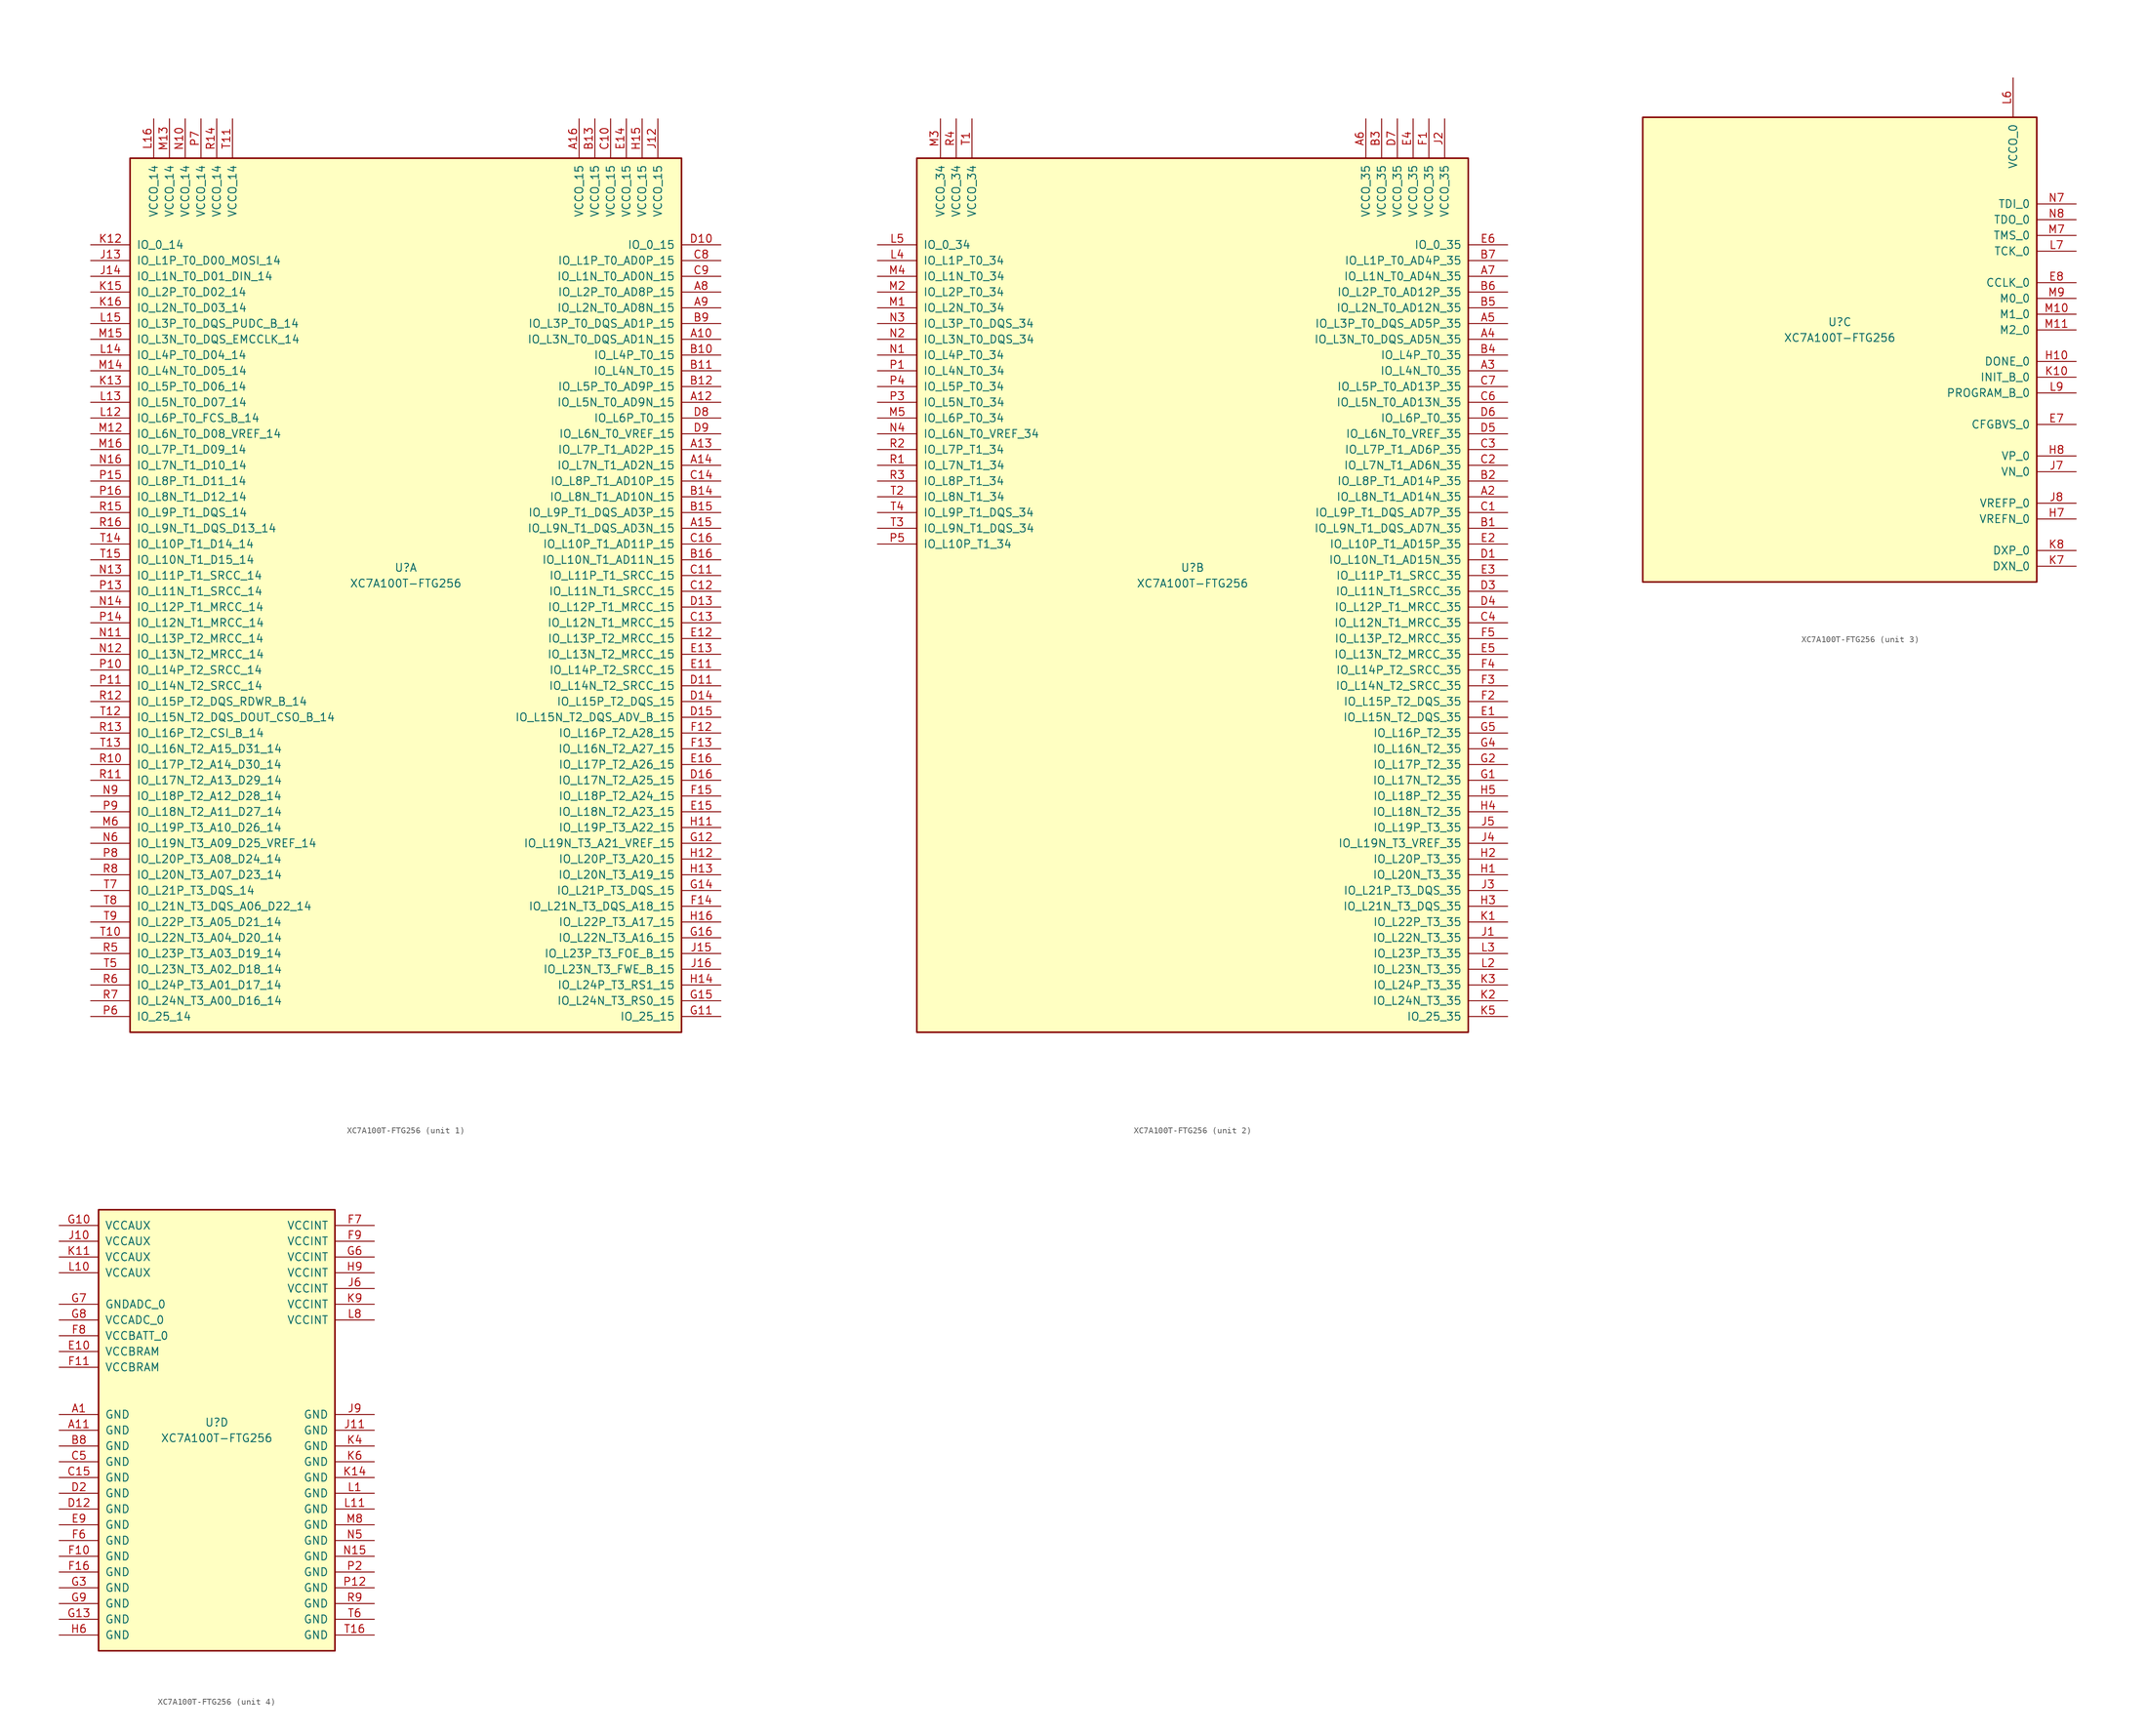
<source format=kicad_sym>
(kicad_symbol_lib
  (version 20231120)
  (generator "kicad_symbol_editor")
  (generator_version "8.0")
  (symbol "XC7A100T-FTG256"
    (pin_names
      (offset 1.016))
    (property "Reference" "U"
      (at 0 1.27 0)
      (effects (font (size 1.27 1.27))))
    (property "Value" "XC7A100T-FTG256"
      (at 0 -1.27 0)
      (effects (font (size 1.27 1.27))))
    (property "Datasheet" ""
      (at 0 0 0)
      (effects (font (size 1.27 1.27))))
    (property "ki_locked" ""
      (at 0 0 0)
      (effects (font (size 1.27 1.27))))
    (symbol "XC7A100T-FTG256_1_1"
      (rectangle (start -44.45 67.31) (end 44.45 -73.66) (stroke (width 0.254) (type default)) (fill (type background)))
      (pin bidirectional line (at 50.8 38.1 180) (length 6.35) (name "IO_L3N_T0_DQS_AD1N_15" (effects (font (size 1.27 1.27)))) (number "A10" (effects (font (size 1.27 1.27)))))
      (pin bidirectional line (at 50.8 27.94 180) (length 6.35) (name "IO_L5N_T0_AD9N_15" (effects (font (size 1.27 1.27)))) (number "A12" (effects (font (size 1.27 1.27)))))
      (pin bidirectional line (at 50.8 20.32 180) (length 6.35) (name "IO_L7P_T1_AD2P_15" (effects (font (size 1.27 1.27)))) (number "A13" (effects (font (size 1.27 1.27)))))
      (pin bidirectional line (at 50.8 17.78 180) (length 6.35) (name "IO_L7N_T1_AD2N_15" (effects (font (size 1.27 1.27)))) (number "A14" (effects (font (size 1.27 1.27)))))
      (pin bidirectional line (at 50.8 7.62 180) (length 6.35) (name "IO_L9N_T1_DQS_AD3N_15" (effects (font (size 1.27 1.27)))) (number "A15" (effects (font (size 1.27 1.27)))))
      (pin power_in line (at 27.94 73.66 270) (length 6.35) (name "VCCO_15" (effects (font (size 1.27 1.27)))) (number "A16" (effects (font (size 1.27 1.27)))))
      (pin bidirectional line (at 50.8 45.72 180) (length 6.35) (name "IO_L2P_T0_AD8P_15" (effects (font (size 1.27 1.27)))) (number "A8" (effects (font (size 1.27 1.27)))))
      (pin bidirectional line (at 50.8 43.18 180) (length 6.35) (name "IO_L2N_T0_AD8N_15" (effects (font (size 1.27 1.27)))) (number "A9" (effects (font (size 1.27 1.27)))))
      (pin bidirectional line (at 50.8 35.56 180) (length 6.35) (name "IO_L4P_T0_15" (effects (font (size 1.27 1.27)))) (number "B10" (effects (font (size 1.27 1.27)))))
      (pin bidirectional line (at 50.8 33.02 180) (length 6.35) (name "IO_L4N_T0_15" (effects (font (size 1.27 1.27)))) (number "B11" (effects (font (size 1.27 1.27)))))
      (pin bidirectional line (at 50.8 30.48 180) (length 6.35) (name "IO_L5P_T0_AD9P_15" (effects (font (size 1.27 1.27)))) (number "B12" (effects (font (size 1.27 1.27)))))
      (pin power_in line (at 30.48 73.66 270) (length 6.35) (name "VCCO_15" (effects (font (size 1.27 1.27)))) (number "B13" (effects (font (size 1.27 1.27)))))
      (pin bidirectional line (at 50.8 12.7 180) (length 6.35) (name "IO_L8N_T1_AD10N_15" (effects (font (size 1.27 1.27)))) (number "B14" (effects (font (size 1.27 1.27)))))
      (pin bidirectional line (at 50.8 10.16 180) (length 6.35) (name "IO_L9P_T1_DQS_AD3P_15" (effects (font (size 1.27 1.27)))) (number "B15" (effects (font (size 1.27 1.27)))))
      (pin bidirectional line (at 50.8 2.54 180) (length 6.35) (name "IO_L10N_T1_AD11N_15" (effects (font (size 1.27 1.27)))) (number "B16" (effects (font (size 1.27 1.27)))))
      (pin bidirectional line (at 50.8 40.64 180) (length 6.35) (name "IO_L3P_T0_DQS_AD1P_15" (effects (font (size 1.27 1.27)))) (number "B9" (effects (font (size 1.27 1.27)))))
      (pin power_in line (at 33.02 73.66 270) (length 6.35) (name "VCCO_15" (effects (font (size 1.27 1.27)))) (number "C10" (effects (font (size 1.27 1.27)))))
      (pin bidirectional line (at 50.8 0 180) (length 6.35) (name "IO_L11P_T1_SRCC_15" (effects (font (size 1.27 1.27)))) (number "C11" (effects (font (size 1.27 1.27)))))
      (pin bidirectional line (at 50.8 -2.54 180) (length 6.35) (name "IO_L11N_T1_SRCC_15" (effects (font (size 1.27 1.27)))) (number "C12" (effects (font (size 1.27 1.27)))))
      (pin bidirectional line (at 50.8 -7.62 180) (length 6.35) (name "IO_L12N_T1_MRCC_15" (effects (font (size 1.27 1.27)))) (number "C13" (effects (font (size 1.27 1.27)))))
      (pin bidirectional line (at 50.8 15.24 180) (length 6.35) (name "IO_L8P_T1_AD10P_15" (effects (font (size 1.27 1.27)))) (number "C14" (effects (font (size 1.27 1.27)))))
      (pin bidirectional line (at 50.8 5.08 180) (length 6.35) (name "IO_L10P_T1_AD11P_15" (effects (font (size 1.27 1.27)))) (number "C16" (effects (font (size 1.27 1.27)))))
      (pin bidirectional line (at 50.8 50.8 180) (length 6.35) (name "IO_L1P_T0_AD0P_15" (effects (font (size 1.27 1.27)))) (number "C8" (effects (font (size 1.27 1.27)))))
      (pin bidirectional line (at 50.8 48.26 180) (length 6.35) (name "IO_L1N_T0_AD0N_15" (effects (font (size 1.27 1.27)))) (number "C9" (effects (font (size 1.27 1.27)))))
      (pin bidirectional line (at 50.8 53.34 180) (length 6.35) (name "IO_0_15" (effects (font (size 1.27 1.27)))) (number "D10" (effects (font (size 1.27 1.27)))))
      (pin bidirectional line (at 50.8 -17.78 180) (length 6.35) (name "IO_L14N_T2_SRCC_15" (effects (font (size 1.27 1.27)))) (number "D11" (effects (font (size 1.27 1.27)))))
      (pin bidirectional line (at 50.8 -5.08 180) (length 6.35) (name "IO_L12P_T1_MRCC_15" (effects (font (size 1.27 1.27)))) (number "D13" (effects (font (size 1.27 1.27)))))
      (pin bidirectional line (at 50.8 -20.32 180) (length 6.35) (name "IO_L15P_T2_DQS_15" (effects (font (size 1.27 1.27)))) (number "D14" (effects (font (size 1.27 1.27)))))
      (pin bidirectional line (at 50.8 -22.86 180) (length 6.35) (name "IO_L15N_T2_DQS_ADV_B_15" (effects (font (size 1.27 1.27)))) (number "D15" (effects (font (size 1.27 1.27)))))
      (pin bidirectional line (at 50.8 -33.02 180) (length 6.35) (name "IO_L17N_T2_A25_15" (effects (font (size 1.27 1.27)))) (number "D16" (effects (font (size 1.27 1.27)))))
      (pin bidirectional line (at 50.8 25.4 180) (length 6.35) (name "IO_L6P_T0_15" (effects (font (size 1.27 1.27)))) (number "D8" (effects (font (size 1.27 1.27)))))
      (pin bidirectional line (at 50.8 22.86 180) (length 6.35) (name "IO_L6N_T0_VREF_15" (effects (font (size 1.27 1.27)))) (number "D9" (effects (font (size 1.27 1.27)))))
      (pin bidirectional line (at 50.8 -15.24 180) (length 6.35) (name "IO_L14P_T2_SRCC_15" (effects (font (size 1.27 1.27)))) (number "E11" (effects (font (size 1.27 1.27)))))
      (pin bidirectional line (at 50.8 -10.16 180) (length 6.35) (name "IO_L13P_T2_MRCC_15" (effects (font (size 1.27 1.27)))) (number "E12" (effects (font (size 1.27 1.27)))))
      (pin bidirectional line (at 50.8 -12.7 180) (length 6.35) (name "IO_L13N_T2_MRCC_15" (effects (font (size 1.27 1.27)))) (number "E13" (effects (font (size 1.27 1.27)))))
      (pin power_in line (at 35.56 73.66 270) (length 6.35) (name "VCCO_15" (effects (font (size 1.27 1.27)))) (number "E14" (effects (font (size 1.27 1.27)))))
      (pin bidirectional line (at 50.8 -38.1 180) (length 6.35) (name "IO_L18N_T2_A23_15" (effects (font (size 1.27 1.27)))) (number "E15" (effects (font (size 1.27 1.27)))))
      (pin bidirectional line (at 50.8 -30.48 180) (length 6.35) (name "IO_L17P_T2_A26_15" (effects (font (size 1.27 1.27)))) (number "E16" (effects (font (size 1.27 1.27)))))
      (pin bidirectional line (at 50.8 -25.4 180) (length 6.35) (name "IO_L16P_T2_A28_15" (effects (font (size 1.27 1.27)))) (number "F12" (effects (font (size 1.27 1.27)))))
      (pin bidirectional line (at 50.8 -27.94 180) (length 6.35) (name "IO_L16N_T2_A27_15" (effects (font (size 1.27 1.27)))) (number "F13" (effects (font (size 1.27 1.27)))))
      (pin bidirectional line (at 50.8 -53.34 180) (length 6.35) (name "IO_L21N_T3_DQS_A18_15" (effects (font (size 1.27 1.27)))) (number "F14" (effects (font (size 1.27 1.27)))))
      (pin bidirectional line (at 50.8 -35.56 180) (length 6.35) (name "IO_L18P_T2_A24_15" (effects (font (size 1.27 1.27)))) (number "F15" (effects (font (size 1.27 1.27)))))
      (pin bidirectional line (at 50.8 -71.12 180) (length 6.35) (name "IO_25_15" (effects (font (size 1.27 1.27)))) (number "G11" (effects (font (size 1.27 1.27)))))
      (pin bidirectional line (at 50.8 -43.18 180) (length 6.35) (name "IO_L19N_T3_A21_VREF_15" (effects (font (size 1.27 1.27)))) (number "G12" (effects (font (size 1.27 1.27)))))
      (pin bidirectional line (at 50.8 -50.8 180) (length 6.35) (name "IO_L21P_T3_DQS_15" (effects (font (size 1.27 1.27)))) (number "G14" (effects (font (size 1.27 1.27)))))
      (pin bidirectional line (at 50.8 -68.58 180) (length 6.35) (name "IO_L24N_T3_RS0_15" (effects (font (size 1.27 1.27)))) (number "G15" (effects (font (size 1.27 1.27)))))
      (pin bidirectional line (at 50.8 -58.42 180) (length 6.35) (name "IO_L22N_T3_A16_15" (effects (font (size 1.27 1.27)))) (number "G16" (effects (font (size 1.27 1.27)))))
      (pin bidirectional line (at 50.8 -40.64 180) (length 6.35) (name "IO_L19P_T3_A22_15" (effects (font (size 1.27 1.27)))) (number "H11" (effects (font (size 1.27 1.27)))))
      (pin bidirectional line (at 50.8 -45.72 180) (length 6.35) (name "IO_L20P_T3_A20_15" (effects (font (size 1.27 1.27)))) (number "H12" (effects (font (size 1.27 1.27)))))
      (pin bidirectional line (at 50.8 -48.26 180) (length 6.35) (name "IO_L20N_T3_A19_15" (effects (font (size 1.27 1.27)))) (number "H13" (effects (font (size 1.27 1.27)))))
      (pin bidirectional line (at 50.8 -66.04 180) (length 6.35) (name "IO_L24P_T3_RS1_15" (effects (font (size 1.27 1.27)))) (number "H14" (effects (font (size 1.27 1.27)))))
      (pin power_in line (at 38.1 73.66 270) (length 6.35) (name "VCCO_15" (effects (font (size 1.27 1.27)))) (number "H15" (effects (font (size 1.27 1.27)))))
      (pin bidirectional line (at 50.8 -55.88 180) (length 6.35) (name "IO_L22P_T3_A17_15" (effects (font (size 1.27 1.27)))) (number "H16" (effects (font (size 1.27 1.27)))))
      (pin power_in line (at 40.64 73.66 270) (length 6.35) (name "VCCO_15" (effects (font (size 1.27 1.27)))) (number "J12" (effects (font (size 1.27 1.27)))))
      (pin bidirectional line (at -50.8 50.8 0) (length 6.35) (name "IO_L1P_T0_D00_MOSI_14" (effects (font (size 1.27 1.27)))) (number "J13" (effects (font (size 1.27 1.27)))))
      (pin bidirectional line (at -50.8 48.26 0) (length 6.35) (name "IO_L1N_T0_D01_DIN_14" (effects (font (size 1.27 1.27)))) (number "J14" (effects (font (size 1.27 1.27)))))
      (pin bidirectional line (at 50.8 -60.96 180) (length 6.35) (name "IO_L23P_T3_FOE_B_15" (effects (font (size 1.27 1.27)))) (number "J15" (effects (font (size 1.27 1.27)))))
      (pin bidirectional line (at 50.8 -63.5 180) (length 6.35) (name "IO_L23N_T3_FWE_B_15" (effects (font (size 1.27 1.27)))) (number "J16" (effects (font (size 1.27 1.27)))))
      (pin bidirectional line (at -50.8 53.34 0) (length 6.35) (name "IO_0_14" (effects (font (size 1.27 1.27)))) (number "K12" (effects (font (size 1.27 1.27)))))
      (pin bidirectional line (at -50.8 30.48 0) (length 6.35) (name "IO_L5P_T0_D06_14" (effects (font (size 1.27 1.27)))) (number "K13" (effects (font (size 1.27 1.27)))))
      (pin bidirectional line (at -50.8 45.72 0) (length 6.35) (name "IO_L2P_T0_D02_14" (effects (font (size 1.27 1.27)))) (number "K15" (effects (font (size 1.27 1.27)))))
      (pin bidirectional line (at -50.8 43.18 0) (length 6.35) (name "IO_L2N_T0_D03_14" (effects (font (size 1.27 1.27)))) (number "K16" (effects (font (size 1.27 1.27)))))
      (pin bidirectional line (at -50.8 25.4 0) (length 6.35) (name "IO_L6P_T0_FCS_B_14" (effects (font (size 1.27 1.27)))) (number "L12" (effects (font (size 1.27 1.27)))))
      (pin bidirectional line (at -50.8 27.94 0) (length 6.35) (name "IO_L5N_T0_D07_14" (effects (font (size 1.27 1.27)))) (number "L13" (effects (font (size 1.27 1.27)))))
      (pin bidirectional line (at -50.8 35.56 0) (length 6.35) (name "IO_L4P_T0_D04_14" (effects (font (size 1.27 1.27)))) (number "L14" (effects (font (size 1.27 1.27)))))
      (pin bidirectional line (at -50.8 40.64 0) (length 6.35) (name "IO_L3P_T0_DQS_PUDC_B_14" (effects (font (size 1.27 1.27)))) (number "L15" (effects (font (size 1.27 1.27)))))
      (pin power_in line (at -40.64 73.66 270) (length 6.35) (name "VCCO_14" (effects (font (size 1.27 1.27)))) (number "L16" (effects (font (size 1.27 1.27)))))
      (pin bidirectional line (at -50.8 22.86 0) (length 6.35) (name "IO_L6N_T0_D08_VREF_14" (effects (font (size 1.27 1.27)))) (number "M12" (effects (font (size 1.27 1.27)))))
      (pin power_in line (at -38.1 73.66 270) (length 6.35) (name "VCCO_14" (effects (font (size 1.27 1.27)))) (number "M13" (effects (font (size 1.27 1.27)))))
      (pin bidirectional line (at -50.8 33.02 0) (length 6.35) (name "IO_L4N_T0_D05_14" (effects (font (size 1.27 1.27)))) (number "M14" (effects (font (size 1.27 1.27)))))
      (pin bidirectional line (at -50.8 38.1 0) (length 6.35) (name "IO_L3N_T0_DQS_EMCCLK_14" (effects (font (size 1.27 1.27)))) (number "M15" (effects (font (size 1.27 1.27)))))
      (pin bidirectional line (at -50.8 20.32 0) (length 6.35) (name "IO_L7P_T1_D09_14" (effects (font (size 1.27 1.27)))) (number "M16" (effects (font (size 1.27 1.27)))))
      (pin bidirectional line (at -50.8 -40.64 0) (length 6.35) (name "IO_L19P_T3_A10_D26_14" (effects (font (size 1.27 1.27)))) (number "M6" (effects (font (size 1.27 1.27)))))
      (pin power_in line (at -35.56 73.66 270) (length 6.35) (name "VCCO_14" (effects (font (size 1.27 1.27)))) (number "N10" (effects (font (size 1.27 1.27)))))
      (pin bidirectional line (at -50.8 -10.16 0) (length 6.35) (name "IO_L13P_T2_MRCC_14" (effects (font (size 1.27 1.27)))) (number "N11" (effects (font (size 1.27 1.27)))))
      (pin bidirectional line (at -50.8 -12.7 0) (length 6.35) (name "IO_L13N_T2_MRCC_14" (effects (font (size 1.27 1.27)))) (number "N12" (effects (font (size 1.27 1.27)))))
      (pin bidirectional line (at -50.8 0 0) (length 6.35) (name "IO_L11P_T1_SRCC_14" (effects (font (size 1.27 1.27)))) (number "N13" (effects (font (size 1.27 1.27)))))
      (pin bidirectional line (at -50.8 -5.08 0) (length 6.35) (name "IO_L12P_T1_MRCC_14" (effects (font (size 1.27 1.27)))) (number "N14" (effects (font (size 1.27 1.27)))))
      (pin bidirectional line (at -50.8 17.78 0) (length 6.35) (name "IO_L7N_T1_D10_14" (effects (font (size 1.27 1.27)))) (number "N16" (effects (font (size 1.27 1.27)))))
      (pin bidirectional line (at -50.8 -43.18 0) (length 6.35) (name "IO_L19N_T3_A09_D25_VREF_14" (effects (font (size 1.27 1.27)))) (number "N6" (effects (font (size 1.27 1.27)))))
      (pin bidirectional line (at -50.8 -35.56 0) (length 6.35) (name "IO_L18P_T2_A12_D28_14" (effects (font (size 1.27 1.27)))) (number "N9" (effects (font (size 1.27 1.27)))))
      (pin bidirectional line (at -50.8 -15.24 0) (length 6.35) (name "IO_L14P_T2_SRCC_14" (effects (font (size 1.27 1.27)))) (number "P10" (effects (font (size 1.27 1.27)))))
      (pin bidirectional line (at -50.8 -17.78 0) (length 6.35) (name "IO_L14N_T2_SRCC_14" (effects (font (size 1.27 1.27)))) (number "P11" (effects (font (size 1.27 1.27)))))
      (pin bidirectional line (at -50.8 -2.54 0) (length 6.35) (name "IO_L11N_T1_SRCC_14" (effects (font (size 1.27 1.27)))) (number "P13" (effects (font (size 1.27 1.27)))))
      (pin bidirectional line (at -50.8 -7.62 0) (length 6.35) (name "IO_L12N_T1_MRCC_14" (effects (font (size 1.27 1.27)))) (number "P14" (effects (font (size 1.27 1.27)))))
      (pin bidirectional line (at -50.8 15.24 0) (length 6.35) (name "IO_L8P_T1_D11_14" (effects (font (size 1.27 1.27)))) (number "P15" (effects (font (size 1.27 1.27)))))
      (pin bidirectional line (at -50.8 12.7 0) (length 6.35) (name "IO_L8N_T1_D12_14" (effects (font (size 1.27 1.27)))) (number "P16" (effects (font (size 1.27 1.27)))))
      (pin bidirectional line (at -50.8 -71.12 0) (length 6.35) (name "IO_25_14" (effects (font (size 1.27 1.27)))) (number "P6" (effects (font (size 1.27 1.27)))))
      (pin power_in line (at -33.02 73.66 270) (length 6.35) (name "VCCO_14" (effects (font (size 1.27 1.27)))) (number "P7" (effects (font (size 1.27 1.27)))))
      (pin bidirectional line (at -50.8 -45.72 0) (length 6.35) (name "IO_L20P_T3_A08_D24_14" (effects (font (size 1.27 1.27)))) (number "P8" (effects (font (size 1.27 1.27)))))
      (pin bidirectional line (at -50.8 -38.1 0) (length 6.35) (name "IO_L18N_T2_A11_D27_14" (effects (font (size 1.27 1.27)))) (number "P9" (effects (font (size 1.27 1.27)))))
      (pin bidirectional line (at -50.8 -30.48 0) (length 6.35) (name "IO_L17P_T2_A14_D30_14" (effects (font (size 1.27 1.27)))) (number "R10" (effects (font (size 1.27 1.27)))))
      (pin bidirectional line (at -50.8 -33.02 0) (length 6.35) (name "IO_L17N_T2_A13_D29_14" (effects (font (size 1.27 1.27)))) (number "R11" (effects (font (size 1.27 1.27)))))
      (pin bidirectional line (at -50.8 -20.32 0) (length 6.35) (name "IO_L15P_T2_DQS_RDWR_B_14" (effects (font (size 1.27 1.27)))) (number "R12" (effects (font (size 1.27 1.27)))))
      (pin bidirectional line (at -50.8 -25.4 0) (length 6.35) (name "IO_L16P_T2_CSI_B_14" (effects (font (size 1.27 1.27)))) (number "R13" (effects (font (size 1.27 1.27)))))
      (pin power_in line (at -30.48 73.66 270) (length 6.35) (name "VCCO_14" (effects (font (size 1.27 1.27)))) (number "R14" (effects (font (size 1.27 1.27)))))
      (pin bidirectional line (at -50.8 10.16 0) (length 6.35) (name "IO_L9P_T1_DQS_14" (effects (font (size 1.27 1.27)))) (number "R15" (effects (font (size 1.27 1.27)))))
      (pin bidirectional line (at -50.8 7.62 0) (length 6.35) (name "IO_L9N_T1_DQS_D13_14" (effects (font (size 1.27 1.27)))) (number "R16" (effects (font (size 1.27 1.27)))))
      (pin bidirectional line (at -50.8 -60.96 0) (length 6.35) (name "IO_L23P_T3_A03_D19_14" (effects (font (size 1.27 1.27)))) (number "R5" (effects (font (size 1.27 1.27)))))
      (pin bidirectional line (at -50.8 -66.04 0) (length 6.35) (name "IO_L24P_T3_A01_D17_14" (effects (font (size 1.27 1.27)))) (number "R6" (effects (font (size 1.27 1.27)))))
      (pin bidirectional line (at -50.8 -68.58 0) (length 6.35) (name "IO_L24N_T3_A00_D16_14" (effects (font (size 1.27 1.27)))) (number "R7" (effects (font (size 1.27 1.27)))))
      (pin bidirectional line (at -50.8 -48.26 0) (length 6.35) (name "IO_L20N_T3_A07_D23_14" (effects (font (size 1.27 1.27)))) (number "R8" (effects (font (size 1.27 1.27)))))
      (pin bidirectional line (at -50.8 -58.42 0) (length 6.35) (name "IO_L22N_T3_A04_D20_14" (effects (font (size 1.27 1.27)))) (number "T10" (effects (font (size 1.27 1.27)))))
      (pin power_in line (at -27.94 73.66 270) (length 6.35) (name "VCCO_14" (effects (font (size 1.27 1.27)))) (number "T11" (effects (font (size 1.27 1.27)))))
      (pin bidirectional line (at -50.8 -22.86 0) (length 6.35) (name "IO_L15N_T2_DQS_DOUT_CSO_B_14" (effects (font (size 1.27 1.27)))) (number "T12" (effects (font (size 1.27 1.27)))))
      (pin bidirectional line (at -50.8 -27.94 0) (length 6.35) (name "IO_L16N_T2_A15_D31_14" (effects (font (size 1.27 1.27)))) (number "T13" (effects (font (size 1.27 1.27)))))
      (pin bidirectional line (at -50.8 5.08 0) (length 6.35) (name "IO_L10P_T1_D14_14" (effects (font (size 1.27 1.27)))) (number "T14" (effects (font (size 1.27 1.27)))))
      (pin bidirectional line (at -50.8 2.54 0) (length 6.35) (name "IO_L10N_T1_D15_14" (effects (font (size 1.27 1.27)))) (number "T15" (effects (font (size 1.27 1.27)))))
      (pin bidirectional line (at -50.8 -63.5 0) (length 6.35) (name "IO_L23N_T3_A02_D18_14" (effects (font (size 1.27 1.27)))) (number "T5" (effects (font (size 1.27 1.27)))))
      (pin bidirectional line (at -50.8 -50.8 0) (length 6.35) (name "IO_L21P_T3_DQS_14" (effects (font (size 1.27 1.27)))) (number "T7" (effects (font (size 1.27 1.27)))))
      (pin bidirectional line (at -50.8 -53.34 0) (length 6.35) (name "IO_L21N_T3_DQS_A06_D22_14" (effects (font (size 1.27 1.27)))) (number "T8" (effects (font (size 1.27 1.27)))))
      (pin bidirectional line (at -50.8 -55.88 0) (length 6.35) (name "IO_L22P_T3_A05_D21_14" (effects (font (size 1.27 1.27)))) (number "T9" (effects (font (size 1.27 1.27))))))
    (symbol "XC7A100T-FTG256_2_1"
      (rectangle (start -44.45 67.31) (end 44.45 -73.66) (stroke (width 0.254) (type default)) (fill (type background)))
      (pin bidirectional line (at 50.8 12.7 180) (length 6.35) (name "IO_L8N_T1_AD14N_35" (effects (font (size 1.27 1.27)))) (number "A2" (effects (font (size 1.27 1.27)))))
      (pin bidirectional line (at 50.8 33.02 180) (length 6.35) (name "IO_L4N_T0_35" (effects (font (size 1.27 1.27)))) (number "A3" (effects (font (size 1.27 1.27)))))
      (pin bidirectional line (at 50.8 38.1 180) (length 6.35) (name "IO_L3N_T0_DQS_AD5N_35" (effects (font (size 1.27 1.27)))) (number "A4" (effects (font (size 1.27 1.27)))))
      (pin bidirectional line (at 50.8 40.64 180) (length 6.35) (name "IO_L3P_T0_DQS_AD5P_35" (effects (font (size 1.27 1.27)))) (number "A5" (effects (font (size 1.27 1.27)))))
      (pin power_in line (at 27.94 73.66 270) (length 6.35) (name "VCCO_35" (effects (font (size 1.27 1.27)))) (number "A6" (effects (font (size 1.27 1.27)))))
      (pin bidirectional line (at 50.8 48.26 180) (length 6.35) (name "IO_L1N_T0_AD4N_35" (effects (font (size 1.27 1.27)))) (number "A7" (effects (font (size 1.27 1.27)))))
      (pin bidirectional line (at 50.8 7.62 180) (length 6.35) (name "IO_L9N_T1_DQS_AD7N_35" (effects (font (size 1.27 1.27)))) (number "B1" (effects (font (size 1.27 1.27)))))
      (pin bidirectional line (at 50.8 15.24 180) (length 6.35) (name "IO_L8P_T1_AD14P_35" (effects (font (size 1.27 1.27)))) (number "B2" (effects (font (size 1.27 1.27)))))
      (pin power_in line (at 30.48 73.66 270) (length 6.35) (name "VCCO_35" (effects (font (size 1.27 1.27)))) (number "B3" (effects (font (size 1.27 1.27)))))
      (pin bidirectional line (at 50.8 35.56 180) (length 6.35) (name "IO_L4P_T0_35" (effects (font (size 1.27 1.27)))) (number "B4" (effects (font (size 1.27 1.27)))))
      (pin bidirectional line (at 50.8 43.18 180) (length 6.35) (name "IO_L2N_T0_AD12N_35" (effects (font (size 1.27 1.27)))) (number "B5" (effects (font (size 1.27 1.27)))))
      (pin bidirectional line (at 50.8 45.72 180) (length 6.35) (name "IO_L2P_T0_AD12P_35" (effects (font (size 1.27 1.27)))) (number "B6" (effects (font (size 1.27 1.27)))))
      (pin bidirectional line (at 50.8 50.8 180) (length 6.35) (name "IO_L1P_T0_AD4P_35" (effects (font (size 1.27 1.27)))) (number "B7" (effects (font (size 1.27 1.27)))))
      (pin bidirectional line (at 50.8 10.16 180) (length 6.35) (name "IO_L9P_T1_DQS_AD7P_35" (effects (font (size 1.27 1.27)))) (number "C1" (effects (font (size 1.27 1.27)))))
      (pin bidirectional line (at 50.8 17.78 180) (length 6.35) (name "IO_L7N_T1_AD6N_35" (effects (font (size 1.27 1.27)))) (number "C2" (effects (font (size 1.27 1.27)))))
      (pin bidirectional line (at 50.8 20.32 180) (length 6.35) (name "IO_L7P_T1_AD6P_35" (effects (font (size 1.27 1.27)))) (number "C3" (effects (font (size 1.27 1.27)))))
      (pin bidirectional line (at 50.8 -7.62 180) (length 6.35) (name "IO_L12N_T1_MRCC_35" (effects (font (size 1.27 1.27)))) (number "C4" (effects (font (size 1.27 1.27)))))
      (pin bidirectional line (at 50.8 27.94 180) (length 6.35) (name "IO_L5N_T0_AD13N_35" (effects (font (size 1.27 1.27)))) (number "C6" (effects (font (size 1.27 1.27)))))
      (pin bidirectional line (at 50.8 30.48 180) (length 6.35) (name "IO_L5P_T0_AD13P_35" (effects (font (size 1.27 1.27)))) (number "C7" (effects (font (size 1.27 1.27)))))
      (pin bidirectional line (at 50.8 2.54 180) (length 6.35) (name "IO_L10N_T1_AD15N_35" (effects (font (size 1.27 1.27)))) (number "D1" (effects (font (size 1.27 1.27)))))
      (pin bidirectional line (at 50.8 -2.54 180) (length 6.35) (name "IO_L11N_T1_SRCC_35" (effects (font (size 1.27 1.27)))) (number "D3" (effects (font (size 1.27 1.27)))))
      (pin bidirectional line (at 50.8 -5.08 180) (length 6.35) (name "IO_L12P_T1_MRCC_35" (effects (font (size 1.27 1.27)))) (number "D4" (effects (font (size 1.27 1.27)))))
      (pin bidirectional line (at 50.8 22.86 180) (length 6.35) (name "IO_L6N_T0_VREF_35" (effects (font (size 1.27 1.27)))) (number "D5" (effects (font (size 1.27 1.27)))))
      (pin bidirectional line (at 50.8 25.4 180) (length 6.35) (name "IO_L6P_T0_35" (effects (font (size 1.27 1.27)))) (number "D6" (effects (font (size 1.27 1.27)))))
      (pin power_in line (at 33.02 73.66 270) (length 6.35) (name "VCCO_35" (effects (font (size 1.27 1.27)))) (number "D7" (effects (font (size 1.27 1.27)))))
      (pin bidirectional line (at 50.8 -22.86 180) (length 6.35) (name "IO_L15N_T2_DQS_35" (effects (font (size 1.27 1.27)))) (number "E1" (effects (font (size 1.27 1.27)))))
      (pin bidirectional line (at 50.8 5.08 180) (length 6.35) (name "IO_L10P_T1_AD15P_35" (effects (font (size 1.27 1.27)))) (number "E2" (effects (font (size 1.27 1.27)))))
      (pin bidirectional line (at 50.8 0 180) (length 6.35) (name "IO_L11P_T1_SRCC_35" (effects (font (size 1.27 1.27)))) (number "E3" (effects (font (size 1.27 1.27)))))
      (pin power_in line (at 35.56 73.66 270) (length 6.35) (name "VCCO_35" (effects (font (size 1.27 1.27)))) (number "E4" (effects (font (size 1.27 1.27)))))
      (pin bidirectional line (at 50.8 -12.7 180) (length 6.35) (name "IO_L13N_T2_MRCC_35" (effects (font (size 1.27 1.27)))) (number "E5" (effects (font (size 1.27 1.27)))))
      (pin bidirectional line (at 50.8 53.34 180) (length 6.35) (name "IO_0_35" (effects (font (size 1.27 1.27)))) (number "E6" (effects (font (size 1.27 1.27)))))
      (pin power_in line (at 38.1 73.66 270) (length 6.35) (name "VCCO_35" (effects (font (size 1.27 1.27)))) (number "F1" (effects (font (size 1.27 1.27)))))
      (pin bidirectional line (at 50.8 -20.32 180) (length 6.35) (name "IO_L15P_T2_DQS_35" (effects (font (size 1.27 1.27)))) (number "F2" (effects (font (size 1.27 1.27)))))
      (pin bidirectional line (at 50.8 -17.78 180) (length 6.35) (name "IO_L14N_T2_SRCC_35" (effects (font (size 1.27 1.27)))) (number "F3" (effects (font (size 1.27 1.27)))))
      (pin bidirectional line (at 50.8 -15.24 180) (length 6.35) (name "IO_L14P_T2_SRCC_35" (effects (font (size 1.27 1.27)))) (number "F4" (effects (font (size 1.27 1.27)))))
      (pin bidirectional line (at 50.8 -10.16 180) (length 6.35) (name "IO_L13P_T2_MRCC_35" (effects (font (size 1.27 1.27)))) (number "F5" (effects (font (size 1.27 1.27)))))
      (pin bidirectional line (at 50.8 -33.02 180) (length 6.35) (name "IO_L17N_T2_35" (effects (font (size 1.27 1.27)))) (number "G1" (effects (font (size 1.27 1.27)))))
      (pin bidirectional line (at 50.8 -30.48 180) (length 6.35) (name "IO_L17P_T2_35" (effects (font (size 1.27 1.27)))) (number "G2" (effects (font (size 1.27 1.27)))))
      (pin bidirectional line (at 50.8 -27.94 180) (length 6.35) (name "IO_L16N_T2_35" (effects (font (size 1.27 1.27)))) (number "G4" (effects (font (size 1.27 1.27)))))
      (pin bidirectional line (at 50.8 -25.4 180) (length 6.35) (name "IO_L16P_T2_35" (effects (font (size 1.27 1.27)))) (number "G5" (effects (font (size 1.27 1.27)))))
      (pin bidirectional line (at 50.8 -48.26 180) (length 6.35) (name "IO_L20N_T3_35" (effects (font (size 1.27 1.27)))) (number "H1" (effects (font (size 1.27 1.27)))))
      (pin bidirectional line (at 50.8 -45.72 180) (length 6.35) (name "IO_L20P_T3_35" (effects (font (size 1.27 1.27)))) (number "H2" (effects (font (size 1.27 1.27)))))
      (pin bidirectional line (at 50.8 -53.34 180) (length 6.35) (name "IO_L21N_T3_DQS_35" (effects (font (size 1.27 1.27)))) (number "H3" (effects (font (size 1.27 1.27)))))
      (pin bidirectional line (at 50.8 -38.1 180) (length 6.35) (name "IO_L18N_T2_35" (effects (font (size 1.27 1.27)))) (number "H4" (effects (font (size 1.27 1.27)))))
      (pin bidirectional line (at 50.8 -35.56 180) (length 6.35) (name "IO_L18P_T2_35" (effects (font (size 1.27 1.27)))) (number "H5" (effects (font (size 1.27 1.27)))))
      (pin bidirectional line (at 50.8 -58.42 180) (length 6.35) (name "IO_L22N_T3_35" (effects (font (size 1.27 1.27)))) (number "J1" (effects (font (size 1.27 1.27)))))
      (pin power_in line (at 40.64 73.66 270) (length 6.35) (name "VCCO_35" (effects (font (size 1.27 1.27)))) (number "J2" (effects (font (size 1.27 1.27)))))
      (pin bidirectional line (at 50.8 -50.8 180) (length 6.35) (name "IO_L21P_T3_DQS_35" (effects (font (size 1.27 1.27)))) (number "J3" (effects (font (size 1.27 1.27)))))
      (pin bidirectional line (at 50.8 -43.18 180) (length 6.35) (name "IO_L19N_T3_VREF_35" (effects (font (size 1.27 1.27)))) (number "J4" (effects (font (size 1.27 1.27)))))
      (pin bidirectional line (at 50.8 -40.64 180) (length 6.35) (name "IO_L19P_T3_35" (effects (font (size 1.27 1.27)))) (number "J5" (effects (font (size 1.27 1.27)))))
      (pin bidirectional line (at 50.8 -55.88 180) (length 6.35) (name "IO_L22P_T3_35" (effects (font (size 1.27 1.27)))) (number "K1" (effects (font (size 1.27 1.27)))))
      (pin bidirectional line (at 50.8 -68.58 180) (length 6.35) (name "IO_L24N_T3_35" (effects (font (size 1.27 1.27)))) (number "K2" (effects (font (size 1.27 1.27)))))
      (pin bidirectional line (at 50.8 -66.04 180) (length 6.35) (name "IO_L24P_T3_35" (effects (font (size 1.27 1.27)))) (number "K3" (effects (font (size 1.27 1.27)))))
      (pin bidirectional line (at 50.8 -71.12 180) (length 6.35) (name "IO_25_35" (effects (font (size 1.27 1.27)))) (number "K5" (effects (font (size 1.27 1.27)))))
      (pin bidirectional line (at 50.8 -63.5 180) (length 6.35) (name "IO_L23N_T3_35" (effects (font (size 1.27 1.27)))) (number "L2" (effects (font (size 1.27 1.27)))))
      (pin bidirectional line (at 50.8 -60.96 180) (length 6.35) (name "IO_L23P_T3_35" (effects (font (size 1.27 1.27)))) (number "L3" (effects (font (size 1.27 1.27)))))
      (pin bidirectional line (at -50.8 50.8 0) (length 6.35) (name "IO_L1P_T0_34" (effects (font (size 1.27 1.27)))) (number "L4" (effects (font (size 1.27 1.27)))))
      (pin bidirectional line (at -50.8 53.34 0) (length 6.35) (name "IO_0_34" (effects (font (size 1.27 1.27)))) (number "L5" (effects (font (size 1.27 1.27)))))
      (pin bidirectional line (at -50.8 43.18 0) (length 6.35) (name "IO_L2N_T0_34" (effects (font (size 1.27 1.27)))) (number "M1" (effects (font (size 1.27 1.27)))))
      (pin bidirectional line (at -50.8 45.72 0) (length 6.35) (name "IO_L2P_T0_34" (effects (font (size 1.27 1.27)))) (number "M2" (effects (font (size 1.27 1.27)))))
      (pin power_in line (at -40.64 73.66 270) (length 6.35) (name "VCCO_34" (effects (font (size 1.27 1.27)))) (number "M3" (effects (font (size 1.27 1.27)))))
      (pin bidirectional line (at -50.8 48.26 0) (length 6.35) (name "IO_L1N_T0_34" (effects (font (size 1.27 1.27)))) (number "M4" (effects (font (size 1.27 1.27)))))
      (pin bidirectional line (at -50.8 25.4 0) (length 6.35) (name "IO_L6P_T0_34" (effects (font (size 1.27 1.27)))) (number "M5" (effects (font (size 1.27 1.27)))))
      (pin bidirectional line (at -50.8 35.56 0) (length 6.35) (name "IO_L4P_T0_34" (effects (font (size 1.27 1.27)))) (number "N1" (effects (font (size 1.27 1.27)))))
      (pin bidirectional line (at -50.8 38.1 0) (length 6.35) (name "IO_L3N_T0_DQS_34" (effects (font (size 1.27 1.27)))) (number "N2" (effects (font (size 1.27 1.27)))))
      (pin bidirectional line (at -50.8 40.64 0) (length 6.35) (name "IO_L3P_T0_DQS_34" (effects (font (size 1.27 1.27)))) (number "N3" (effects (font (size 1.27 1.27)))))
      (pin bidirectional line (at -50.8 22.86 0) (length 6.35) (name "IO_L6N_T0_VREF_34" (effects (font (size 1.27 1.27)))) (number "N4" (effects (font (size 1.27 1.27)))))
      (pin bidirectional line (at -50.8 33.02 0) (length 6.35) (name "IO_L4N_T0_34" (effects (font (size 1.27 1.27)))) (number "P1" (effects (font (size 1.27 1.27)))))
      (pin bidirectional line (at -50.8 27.94 0) (length 6.35) (name "IO_L5N_T0_34" (effects (font (size 1.27 1.27)))) (number "P3" (effects (font (size 1.27 1.27)))))
      (pin bidirectional line (at -50.8 30.48 0) (length 6.35) (name "IO_L5P_T0_34" (effects (font (size 1.27 1.27)))) (number "P4" (effects (font (size 1.27 1.27)))))
      (pin bidirectional line (at -50.8 5.08 0) (length 6.35) (name "IO_L10P_T1_34" (effects (font (size 1.27 1.27)))) (number "P5" (effects (font (size 1.27 1.27)))))
      (pin bidirectional line (at -50.8 17.78 0) (length 6.35) (name "IO_L7N_T1_34" (effects (font (size 1.27 1.27)))) (number "R1" (effects (font (size 1.27 1.27)))))
      (pin bidirectional line (at -50.8 20.32 0) (length 6.35) (name "IO_L7P_T1_34" (effects (font (size 1.27 1.27)))) (number "R2" (effects (font (size 1.27 1.27)))))
      (pin bidirectional line (at -50.8 15.24 0) (length 6.35) (name "IO_L8P_T1_34" (effects (font (size 1.27 1.27)))) (number "R3" (effects (font (size 1.27 1.27)))))
      (pin power_in line (at -38.1 73.66 270) (length 6.35) (name "VCCO_34" (effects (font (size 1.27 1.27)))) (number "R4" (effects (font (size 1.27 1.27)))))
      (pin power_in line (at -35.56 73.66 270) (length 6.35) (name "VCCO_34" (effects (font (size 1.27 1.27)))) (number "T1" (effects (font (size 1.27 1.27)))))
      (pin bidirectional line (at -50.8 12.7 0) (length 6.35) (name "IO_L8N_T1_34" (effects (font (size 1.27 1.27)))) (number "T2" (effects (font (size 1.27 1.27)))))
      (pin bidirectional line (at -50.8 7.62 0) (length 6.35) (name "IO_L9N_T1_DQS_34" (effects (font (size 1.27 1.27)))) (number "T3" (effects (font (size 1.27 1.27)))))
      (pin bidirectional line (at -50.8 10.16 0) (length 6.35) (name "IO_L9P_T1_DQS_34" (effects (font (size 1.27 1.27)))) (number "T4" (effects (font (size 1.27 1.27))))))
    (symbol "XC7A100T-FTG256_3_1"
      (rectangle (start -31.75 34.29) (end 31.75 -40.64) (stroke (width 0.254) (type default)) (fill (type background)))
      (pin bidirectional line (at 38.1 -15.24 180) (length 6.35) (name "CFGBVS_0" (effects (font (size 1.27 1.27)))) (number "E7" (effects (font (size 1.27 1.27)))))
      (pin bidirectional line (at 38.1 7.62 180) (length 6.35) (name "CCLK_0" (effects (font (size 1.27 1.27)))) (number "E8" (effects (font (size 1.27 1.27)))))
      (pin bidirectional line (at 38.1 -5.08 180) (length 6.35) (name "DONE_0" (effects (font (size 1.27 1.27)))) (number "H10" (effects (font (size 1.27 1.27)))))
      (pin bidirectional line (at 38.1 -30.48 180) (length 6.35) (name "VREFN_0" (effects (font (size 1.27 1.27)))) (number "H7" (effects (font (size 1.27 1.27)))))
      (pin bidirectional line (at 38.1 -20.32 180) (length 6.35) (name "VP_0" (effects (font (size 1.27 1.27)))) (number "H8" (effects (font (size 1.27 1.27)))))
      (pin bidirectional line (at 38.1 -22.86 180) (length 6.35) (name "VN_0" (effects (font (size 1.27 1.27)))) (number "J7" (effects (font (size 1.27 1.27)))))
      (pin bidirectional line (at 38.1 -27.94 180) (length 6.35) (name "VREFP_0" (effects (font (size 1.27 1.27)))) (number "J8" (effects (font (size 1.27 1.27)))))
      (pin bidirectional line (at 38.1 -7.62 180) (length 6.35) (name "INIT_B_0" (effects (font (size 1.27 1.27)))) (number "K10" (effects (font (size 1.27 1.27)))))
      (pin bidirectional line (at 38.1 -38.1 180) (length 6.35) (name "DXN_0" (effects (font (size 1.27 1.27)))) (number "K7" (effects (font (size 1.27 1.27)))))
      (pin bidirectional line (at 38.1 -35.56 180) (length 6.35) (name "DXP_0" (effects (font (size 1.27 1.27)))) (number "K8" (effects (font (size 1.27 1.27)))))
      (pin power_in line (at 27.94 40.64 270) (length 6.35) (name "VCCO_0" (effects (font (size 1.27 1.27)))) (number "L6" (effects (font (size 1.27 1.27)))))
      (pin bidirectional line (at 38.1 12.7 180) (length 6.35) (name "TCK_0" (effects (font (size 1.27 1.27)))) (number "L7" (effects (font (size 1.27 1.27)))))
      (pin bidirectional line (at 38.1 -10.16 180) (length 6.35) (name "PROGRAM_B_0" (effects (font (size 1.27 1.27)))) (number "L9" (effects (font (size 1.27 1.27)))))
      (pin bidirectional line (at 38.1 2.54 180) (length 6.35) (name "M1_0" (effects (font (size 1.27 1.27)))) (number "M10" (effects (font (size 1.27 1.27)))))
      (pin bidirectional line (at 38.1 0 180) (length 6.35) (name "M2_0" (effects (font (size 1.27 1.27)))) (number "M11" (effects (font (size 1.27 1.27)))))
      (pin bidirectional line (at 38.1 15.24 180) (length 6.35) (name "TMS_0" (effects (font (size 1.27 1.27)))) (number "M7" (effects (font (size 1.27 1.27)))))
      (pin bidirectional line (at 38.1 5.08 180) (length 6.35) (name "M0_0" (effects (font (size 1.27 1.27)))) (number "M9" (effects (font (size 1.27 1.27)))))
      (pin bidirectional line (at 38.1 20.32 180) (length 6.35) (name "TDI_0" (effects (font (size 1.27 1.27)))) (number "N7" (effects (font (size 1.27 1.27)))))
      (pin bidirectional line (at 38.1 17.78 180) (length 6.35) (name "TDO_0" (effects (font (size 1.27 1.27)))) (number "N8" (effects (font (size 1.27 1.27))))))
    (symbol "XC7A100T-FTG256_4_1"
      (rectangle (start -19.05 35.56) (end 19.05 -35.56) (stroke (width 0.254) (type default)) (fill (type background)))
      (pin power_in line (at -25.4 2.54 0) (length 6.35) (name "GND" (effects (font (size 1.27 1.27)))) (number "A1" (effects (font (size 1.27 1.27)))))
      (pin power_in line (at -25.4 0 0) (length 6.35) (name "GND" (effects (font (size 1.27 1.27)))) (number "A11" (effects (font (size 1.27 1.27)))))
      (pin power_in line (at -25.4 -2.54 0) (length 6.35) (name "GND" (effects (font (size 1.27 1.27)))) (number "B8" (effects (font (size 1.27 1.27)))))
      (pin power_in line (at -25.4 -7.62 0) (length 6.35) (name "GND" (effects (font (size 1.27 1.27)))) (number "C15" (effects (font (size 1.27 1.27)))))
      (pin power_in line (at -25.4 -5.08 0) (length 6.35) (name "GND" (effects (font (size 1.27 1.27)))) (number "C5" (effects (font (size 1.27 1.27)))))
      (pin power_in line (at -25.4 -12.7 0) (length 6.35) (name "GND" (effects (font (size 1.27 1.27)))) (number "D12" (effects (font (size 1.27 1.27)))))
      (pin power_in line (at -25.4 -10.16 0) (length 6.35) (name "GND" (effects (font (size 1.27 1.27)))) (number "D2" (effects (font (size 1.27 1.27)))))
      (pin power_in line (at -25.4 12.7 0) (length 6.35) (name "VCCBRAM" (effects (font (size 1.27 1.27)))) (number "E10" (effects (font (size 1.27 1.27)))))
      (pin power_in line (at -25.4 -15.24 0) (length 6.35) (name "GND" (effects (font (size 1.27 1.27)))) (number "E9" (effects (font (size 1.27 1.27)))))
      (pin power_in line (at -25.4 -20.32 0) (length 6.35) (name "GND" (effects (font (size 1.27 1.27)))) (number "F10" (effects (font (size 1.27 1.27)))))
      (pin power_in line (at -25.4 10.16 0) (length 6.35) (name "VCCBRAM" (effects (font (size 1.27 1.27)))) (number "F11" (effects (font (size 1.27 1.27)))))
      (pin power_in line (at -25.4 -22.86 0) (length 6.35) (name "GND" (effects (font (size 1.27 1.27)))) (number "F16" (effects (font (size 1.27 1.27)))))
      (pin power_in line (at -25.4 -17.78 0) (length 6.35) (name "GND" (effects (font (size 1.27 1.27)))) (number "F6" (effects (font (size 1.27 1.27)))))
      (pin power_in line (at 25.4 33.02 180) (length 6.35) (name "VCCINT" (effects (font (size 1.27 1.27)))) (number "F7" (effects (font (size 1.27 1.27)))))
      (pin power_in line (at -25.4 15.24 0) (length 6.35) (name "VCCBATT_0" (effects (font (size 1.27 1.27)))) (number "F8" (effects (font (size 1.27 1.27)))))
      (pin power_in line (at 25.4 30.48 180) (length 6.35) (name "VCCINT" (effects (font (size 1.27 1.27)))) (number "F9" (effects (font (size 1.27 1.27)))))
      (pin power_in line (at -25.4 33.02 0) (length 6.35) (name "VCCAUX" (effects (font (size 1.27 1.27)))) (number "G10" (effects (font (size 1.27 1.27)))))
      (pin power_in line (at -25.4 -30.48 0) (length 6.35) (name "GND" (effects (font (size 1.27 1.27)))) (number "G13" (effects (font (size 1.27 1.27)))))
      (pin power_in line (at -25.4 -25.4 0) (length 6.35) (name "GND" (effects (font (size 1.27 1.27)))) (number "G3" (effects (font (size 1.27 1.27)))))
      (pin power_in line (at 25.4 27.94 180) (length 6.35) (name "VCCINT" (effects (font (size 1.27 1.27)))) (number "G6" (effects (font (size 1.27 1.27)))))
      (pin power_in line (at -25.4 20.32 0) (length 6.35) (name "GNDADC_0" (effects (font (size 1.27 1.27)))) (number "G7" (effects (font (size 1.27 1.27)))))
      (pin power_in line (at -25.4 17.78 0) (length 6.35) (name "VCCADC_0" (effects (font (size 1.27 1.27)))) (number "G8" (effects (font (size 1.27 1.27)))))
      (pin power_in line (at -25.4 -27.94 0) (length 6.35) (name "GND" (effects (font (size 1.27 1.27)))) (number "G9" (effects (font (size 1.27 1.27)))))
      (pin power_in line (at -25.4 -33.02 0) (length 6.35) (name "GND" (effects (font (size 1.27 1.27)))) (number "H6" (effects (font (size 1.27 1.27)))))
      (pin power_in line (at 25.4 25.4 180) (length 6.35) (name "VCCINT" (effects (font (size 1.27 1.27)))) (number "H9" (effects (font (size 1.27 1.27)))))
      (pin power_in line (at -25.4 30.48 0) (length 6.35) (name "VCCAUX" (effects (font (size 1.27 1.27)))) (number "J10" (effects (font (size 1.27 1.27)))))
      (pin power_in line (at 25.4 0 180) (length 6.35) (name "GND" (effects (font (size 1.27 1.27)))) (number "J11" (effects (font (size 1.27 1.27)))))
      (pin power_in line (at 25.4 22.86 180) (length 6.35) (name "VCCINT" (effects (font (size 1.27 1.27)))) (number "J6" (effects (font (size 1.27 1.27)))))
      (pin power_in line (at 25.4 2.54 180) (length 6.35) (name "GND" (effects (font (size 1.27 1.27)))) (number "J9" (effects (font (size 1.27 1.27)))))
      (pin power_in line (at -25.4 27.94 0) (length 6.35) (name "VCCAUX" (effects (font (size 1.27 1.27)))) (number "K11" (effects (font (size 1.27 1.27)))))
      (pin power_in line (at 25.4 -7.62 180) (length 6.35) (name "GND" (effects (font (size 1.27 1.27)))) (number "K14" (effects (font (size 1.27 1.27)))))
      (pin power_in line (at 25.4 -2.54 180) (length 6.35) (name "GND" (effects (font (size 1.27 1.27)))) (number "K4" (effects (font (size 1.27 1.27)))))
      (pin power_in line (at 25.4 -5.08 180) (length 6.35) (name "GND" (effects (font (size 1.27 1.27)))) (number "K6" (effects (font (size 1.27 1.27)))))
      (pin power_in line (at 25.4 20.32 180) (length 6.35) (name "VCCINT" (effects (font (size 1.27 1.27)))) (number "K9" (effects (font (size 1.27 1.27)))))
      (pin power_in line (at 25.4 -10.16 180) (length 6.35) (name "GND" (effects (font (size 1.27 1.27)))) (number "L1" (effects (font (size 1.27 1.27)))))
      (pin power_in line (at -25.4 25.4 0) (length 6.35) (name "VCCAUX" (effects (font (size 1.27 1.27)))) (number "L10" (effects (font (size 1.27 1.27)))))
      (pin power_in line (at 25.4 -12.7 180) (length 6.35) (name "GND" (effects (font (size 1.27 1.27)))) (number "L11" (effects (font (size 1.27 1.27)))))
      (pin power_in line (at 25.4 17.78 180) (length 6.35) (name "VCCINT" (effects (font (size 1.27 1.27)))) (number "L8" (effects (font (size 1.27 1.27)))))
      (pin power_in line (at 25.4 -15.24 180) (length 6.35) (name "GND" (effects (font (size 1.27 1.27)))) (number "M8" (effects (font (size 1.27 1.27)))))
      (pin power_in line (at 25.4 -20.32 180) (length 6.35) (name "GND" (effects (font (size 1.27 1.27)))) (number "N15" (effects (font (size 1.27 1.27)))))
      (pin power_in line (at 25.4 -17.78 180) (length 6.35) (name "GND" (effects (font (size 1.27 1.27)))) (number "N5" (effects (font (size 1.27 1.27)))))
      (pin power_in line (at 25.4 -25.4 180) (length 6.35) (name "GND" (effects (font (size 1.27 1.27)))) (number "P12" (effects (font (size 1.27 1.27)))))
      (pin power_in line (at 25.4 -22.86 180) (length 6.35) (name "GND" (effects (font (size 1.27 1.27)))) (number "P2" (effects (font (size 1.27 1.27)))))
      (pin power_in line (at 25.4 -27.94 180) (length 6.35) (name "GND" (effects (font (size 1.27 1.27)))) (number "R9" (effects (font (size 1.27 1.27)))))
      (pin power_in line (at 25.4 -33.02 180) (length 6.35) (name "GND" (effects (font (size 1.27 1.27)))) (number "T16" (effects (font (size 1.27 1.27)))))
      (pin power_in line (at 25.4 -30.48 180) (length 6.35) (name "GND" (effects (font (size 1.27 1.27)))) (number "T6" (effects (font (size 1.27 1.27))))))))
</source>
